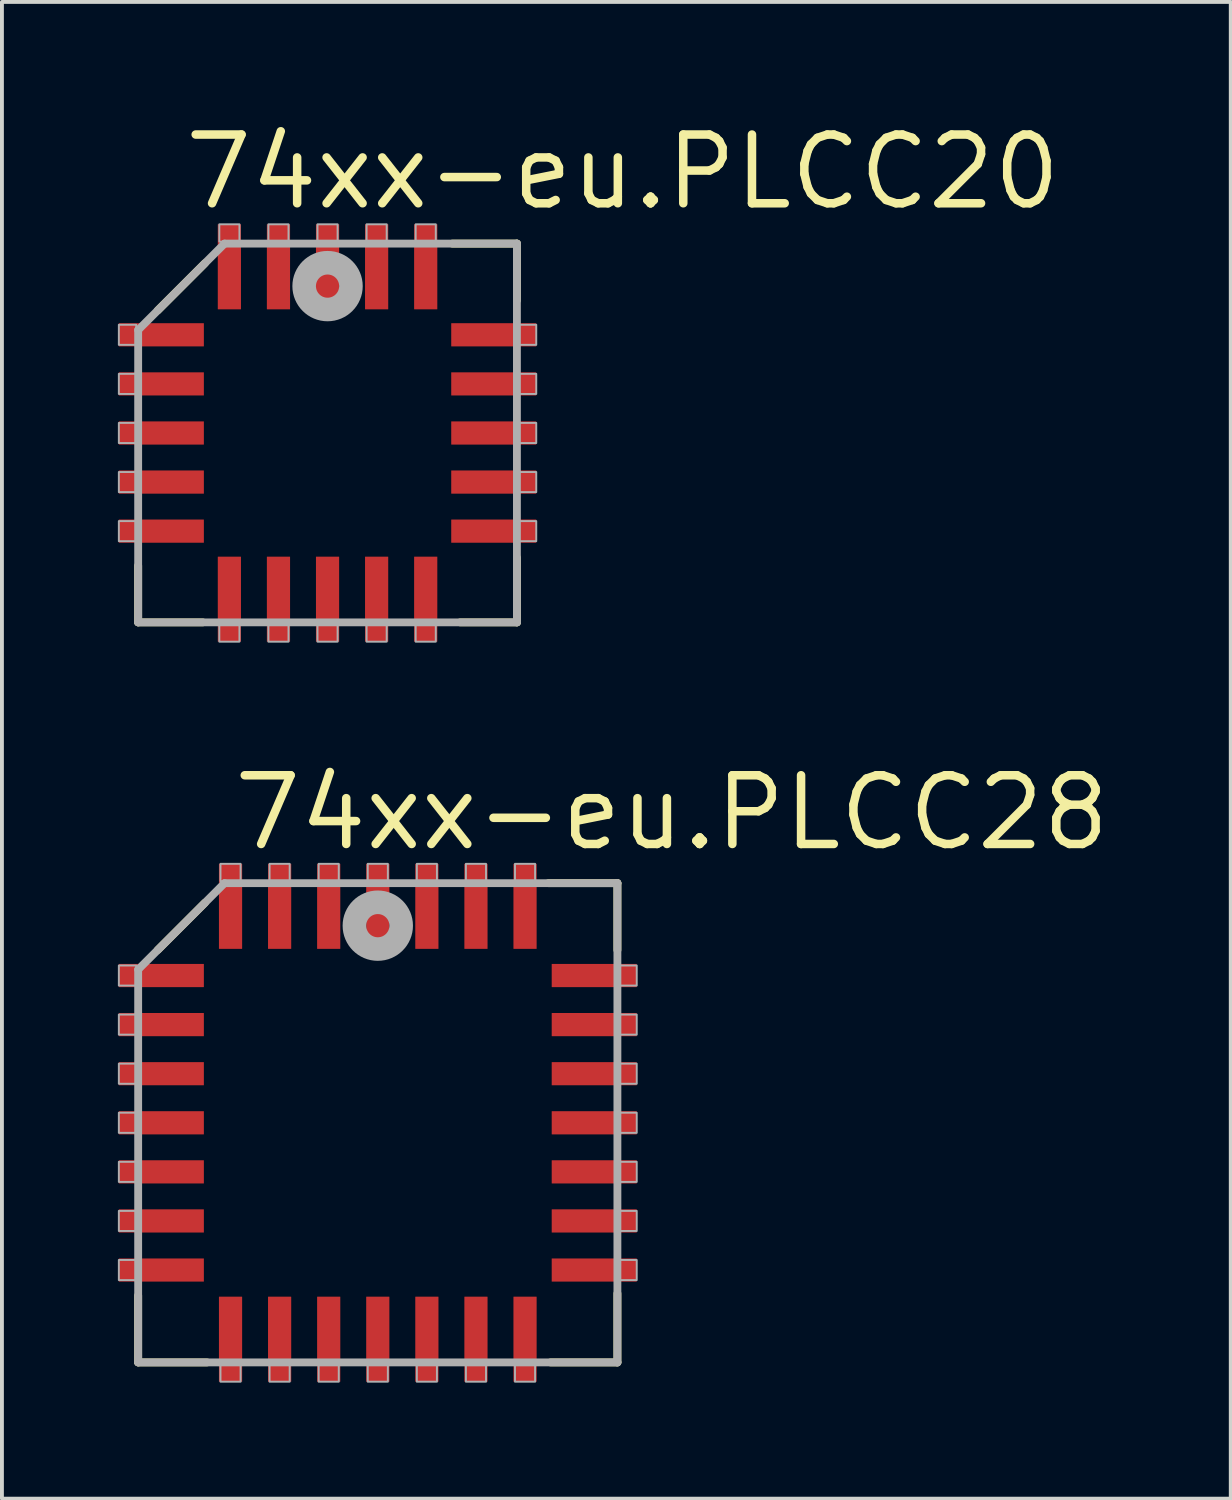
<source format=kicad_pcb>
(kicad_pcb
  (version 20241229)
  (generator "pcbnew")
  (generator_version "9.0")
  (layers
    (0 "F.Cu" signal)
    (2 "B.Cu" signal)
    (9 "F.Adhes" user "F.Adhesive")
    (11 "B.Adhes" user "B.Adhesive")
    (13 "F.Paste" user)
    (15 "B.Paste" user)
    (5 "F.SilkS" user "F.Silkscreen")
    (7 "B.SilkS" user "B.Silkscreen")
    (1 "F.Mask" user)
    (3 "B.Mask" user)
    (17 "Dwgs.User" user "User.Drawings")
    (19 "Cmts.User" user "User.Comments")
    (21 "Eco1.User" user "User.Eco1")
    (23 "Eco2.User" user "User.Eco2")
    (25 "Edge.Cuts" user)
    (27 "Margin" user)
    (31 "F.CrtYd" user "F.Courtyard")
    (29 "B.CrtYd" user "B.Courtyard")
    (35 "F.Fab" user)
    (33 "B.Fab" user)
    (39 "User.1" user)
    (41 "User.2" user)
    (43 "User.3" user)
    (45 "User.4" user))
  (footprint "74xx-eu.PLCC20"
    (layer "F.Cu")
    (at 5.425 8.153)
    (property "Reference" "74xx-eu.PLCC20" (at -3.81 -5.715 0) (layer "F.SilkS") (effects (font (size 1.778 1.778) (thickness 0.22)) (justify left bottom)))
    (attr smd)
    (fp_line (start -4.9 3.431) (end -4.9 4.9) (stroke (width 0.203) (type default)) (layer "F.SilkS"))
    (fp_line (start -4.9 4.9) (end -3.228 4.9) (stroke (width 0.203) (type default)) (layer "F.SilkS"))
    (fp_line (start -3.173 -4.392) (end -4.392 -3.173) (stroke (width 0.203) (type default)) (layer "F.SilkS"))
    (fp_line (start 3.431 4.9) (end 4.9 4.9) (stroke (width 0.203) (type default)) (layer "F.SilkS"))
    (fp_line (start 4.9 -4.9) (end 3.228 -4.9) (stroke (width 0.203) (type default)) (layer "F.SilkS"))
    (fp_line (start 4.9 -3.431) (end 4.9 -4.9) (stroke (width 0.203) (type default)) (layer "F.SilkS"))
    (fp_line (start 4.9 4.9) (end 4.9 3.228) (stroke (width 0.203) (type default)) (layer "F.SilkS"))
    (fp_line (start -4.9 -2.665) (end -4.9 4.9) (stroke (width 0.203) (type default)) (layer "F.Fab"))
    (fp_line (start -4.9 4.9) (end 4.9 4.9) (stroke (width 0.203) (type default)) (layer "F.Fab"))
    (fp_line (start -2.665 -4.9) (end -4.9 -2.665) (stroke (width 0.203) (type default)) (layer "F.Fab"))
    (fp_line (start 4.9 -4.9) (end -2.665 -4.9) (stroke (width 0.203) (type default)) (layer "F.Fab"))
    (fp_line (start 4.9 4.9) (end 4.9 -4.9) (stroke (width 0.203) (type default)) (layer "F.Fab"))
    (fp_rect (start -5.4 -2.28) (end -4.95 -2.8) (stroke (width 0.05) (type default)) (fill no) (layer "F.Fab"))
    (fp_rect (start -5.4 -1.01) (end -4.95 -1.53) (stroke (width 0.05) (type default)) (fill no) (layer "F.Fab"))
    (fp_rect (start -5.4 0.26) (end -4.95 -0.26) (stroke (width 0.05) (type default)) (fill no) (layer "F.Fab"))
    (fp_rect (start -5.4 1.53) (end -4.95 1.01) (stroke (width 0.05) (type default)) (fill no) (layer "F.Fab"))
    (fp_rect (start -5.4 2.8) (end -4.95 2.28) (stroke (width 0.05) (type default)) (fill no) (layer "F.Fab"))
    (fp_rect (start -2.8 -4.95) (end -2.28 -5.4) (stroke (width 0.05) (type default)) (fill no) (layer "F.Fab"))
    (fp_rect (start -2.8 5.4) (end -2.28 4.95) (stroke (width 0.05) (type default)) (fill no) (layer "F.Fab"))
    (fp_rect (start -1.53 -4.95) (end -1.01 -5.4) (stroke (width 0.05) (type default)) (fill no) (layer "F.Fab"))
    (fp_rect (start -1.53 5.4) (end -1.01 4.95) (stroke (width 0.05) (type default)) (fill no) (layer "F.Fab"))
    (fp_rect (start -0.26 -4.95) (end 0.26 -5.4) (stroke (width 0.05) (type default)) (fill no) (layer "F.Fab"))
    (fp_rect (start -0.26 5.4) (end 0.26 4.95) (stroke (width 0.05) (type default)) (fill no) (layer "F.Fab"))
    (fp_rect (start 1.01 -4.95) (end 1.53 -5.4) (stroke (width 0.05) (type default)) (fill no) (layer "F.Fab"))
    (fp_rect (start 1.01 5.4) (end 1.53 4.95) (stroke (width 0.05) (type default)) (fill no) (layer "F.Fab"))
    (fp_rect (start 2.28 -4.95) (end 2.8 -5.4) (stroke (width 0.05) (type default)) (fill no) (layer "F.Fab"))
    (fp_rect (start 2.28 5.4) (end 2.8 4.95) (stroke (width 0.05) (type default)) (fill no) (layer "F.Fab"))
    (fp_rect (start 4.95 -2.28) (end 5.4 -2.8) (stroke (width 0.05) (type default)) (fill no) (layer "F.Fab"))
    (fp_rect (start 4.95 -1.01) (end 5.4 -1.53) (stroke (width 0.05) (type default)) (fill no) (layer "F.Fab"))
    (fp_rect (start 4.95 0.26) (end 5.4 -0.26) (stroke (width 0.05) (type default)) (fill no) (layer "F.Fab"))
    (fp_rect (start 4.95 1.53) (end 5.4 1.01) (stroke (width 0.05) (type default)) (fill no) (layer "F.Fab"))
    (fp_rect (start 4.95 2.8) (end 5.4 2.28) (stroke (width 0.05) (type default)) (fill no) (layer "F.Fab"))
    (fp_circle (center 0 -3.8) (end 0.3 -3.8) (stroke (width 0.61) (type default)) (fill no) (layer "F.Fab"))
    (pad "1" smd roundrect (at 0 -4.3) (size 0.6 2.2) (layers "F.Cu" "F.Mask" "F.Paste") (roundrect_rratio 0.01))
    (pad "2" smd roundrect (at -1.27 -4.3) (size 0.6 2.2) (layers "F.Cu" "F.Mask" "F.Paste") (roundrect_rratio 0.01))
    (pad "3" smd roundrect (at -2.54 -4.3) (size 0.6 2.2) (layers "F.Cu" "F.Mask" "F.Paste") (roundrect_rratio 0.01))
    (pad "4" smd roundrect (at -4.3 -2.54) (size 2.2 0.6) (layers "F.Cu" "F.Mask" "F.Paste") (roundrect_rratio 0.01))
    (pad "5" smd roundrect (at -4.3 -1.27) (size 2.2 0.6) (layers "F.Cu" "F.Mask" "F.Paste") (roundrect_rratio 0.01))
    (pad "6" smd roundrect (at -4.3 0) (size 2.2 0.6) (layers "F.Cu" "F.Mask" "F.Paste") (roundrect_rratio 0.01))
    (pad "7" smd roundrect (at -4.3 1.27) (size 2.2 0.6) (layers "F.Cu" "F.Mask" "F.Paste") (roundrect_rratio 0.01))
    (pad "8" smd roundrect (at -4.3 2.54) (size 2.2 0.6) (layers "F.Cu" "F.Mask" "F.Paste") (roundrect_rratio 0.01))
    (pad "9" smd roundrect (at -2.54 4.3) (size 0.6 2.2) (layers "F.Cu" "F.Mask" "F.Paste") (roundrect_rratio 0.01))
    (pad "10" smd roundrect (at -1.27 4.3) (size 0.6 2.2) (layers "F.Cu" "F.Mask" "F.Paste") (roundrect_rratio 0.01))
    (pad "11" smd roundrect (at 0 4.3) (size 0.6 2.2) (layers "F.Cu" "F.Mask" "F.Paste") (roundrect_rratio 0.01))
    (pad "12" smd roundrect (at 1.27 4.3) (size 0.6 2.2) (layers "F.Cu" "F.Mask" "F.Paste") (roundrect_rratio 0.01))
    (pad "13" smd roundrect (at 2.54 4.3) (size 0.6 2.2) (layers "F.Cu" "F.Mask" "F.Paste") (roundrect_rratio 0.01))
    (pad "14" smd roundrect (at 4.3 2.54) (size 2.2 0.6) (layers "F.Cu" "F.Mask" "F.Paste") (roundrect_rratio 0.01))
    (pad "15" smd roundrect (at 4.3 1.27) (size 2.2 0.6) (layers "F.Cu" "F.Mask" "F.Paste") (roundrect_rratio 0.01))
    (pad "16" smd roundrect (at 4.3 0) (size 2.2 0.6) (layers "F.Cu" "F.Mask" "F.Paste") (roundrect_rratio 0.01))
    (pad "17" smd roundrect (at 4.3 -1.27) (size 2.2 0.6) (layers "F.Cu" "F.Mask" "F.Paste") (roundrect_rratio 0.01))
    (pad "18" smd roundrect (at 4.3 -2.54) (size 2.2 0.6) (layers "F.Cu" "F.Mask" "F.Paste") (roundrect_rratio 0.01))
    (pad "19" smd roundrect (at 2.54 -4.3) (size 0.6 2.2) (layers "F.Cu" "F.Mask" "F.Paste") (roundrect_rratio 0.01))
    (pad "20" smd roundrect (at 1.27 -4.3) (size 0.6 2.2) (layers "F.Cu" "F.Mask" "F.Paste") (roundrect_rratio 0.01)))
  (footprint "74xx-eu.PLCC28"
    (layer "F.Cu")
    (at 6.725 26.001)
    (property "Reference" "74xx-eu.PLCC28" (at -3.84 -6.985 0) (layer "F.SilkS") (effects (font (size 1.778 1.778) (thickness 0.22)) (justify left bottom)))
    (attr smd)
    (fp_line (start -6.2 4.468) (end -6.2 6.2) (stroke (width 0.203) (type default)) (layer "F.SilkS"))
    (fp_line (start -6.2 6.2) (end -4.417 6.2) (stroke (width 0.203) (type default)) (layer "F.SilkS"))
    (fp_line (start -4.473 -5.692) (end -5.692 -4.473) (stroke (width 0.203) (type default)) (layer "F.SilkS"))
    (fp_line (start 4.468 6.2) (end 6.2 6.2) (stroke (width 0.203) (type default)) (layer "F.SilkS"))
    (fp_line (start 6.2 -6.2) (end 4.417 -6.2) (stroke (width 0.203) (type default)) (layer "F.SilkS"))
    (fp_line (start 6.2 -4.468) (end 6.2 -6.2) (stroke (width 0.203) (type default)) (layer "F.SilkS"))
    (fp_line (start 6.2 6.2) (end 6.2 4.417) (stroke (width 0.203) (type default)) (layer "F.SilkS"))
    (fp_line (start -6.2 -3.965) (end -6.2 6.2) (stroke (width 0.203) (type default)) (layer "F.Fab"))
    (fp_line (start -6.2 6.2) (end 6.2 6.2) (stroke (width 0.203) (type default)) (layer "F.Fab"))
    (fp_line (start -3.965 -6.2) (end -6.2 -3.965) (stroke (width 0.203) (type default)) (layer "F.Fab"))
    (fp_line (start 6.2 -6.2) (end -3.965 -6.2) (stroke (width 0.203) (type default)) (layer "F.Fab"))
    (fp_line (start 6.2 6.2) (end 6.2 -6.2) (stroke (width 0.203) (type default)) (layer "F.Fab"))
    (fp_rect (start -6.7 -3.55) (end -6.25 -4.07) (stroke (width 0.05) (type default)) (fill no) (layer "F.Fab"))
    (fp_rect (start -6.7 -2.28) (end -6.25 -2.8) (stroke (width 0.05) (type default)) (fill no) (layer "F.Fab"))
    (fp_rect (start -6.7 -1.01) (end -6.25 -1.53) (stroke (width 0.05) (type default)) (fill no) (layer "F.Fab"))
    (fp_rect (start -6.7 0.26) (end -6.25 -0.26) (stroke (width 0.05) (type default)) (fill no) (layer "F.Fab"))
    (fp_rect (start -6.7 1.53) (end -6.25 1.01) (stroke (width 0.05) (type default)) (fill no) (layer "F.Fab"))
    (fp_rect (start -6.7 2.8) (end -6.25 2.28) (stroke (width 0.05) (type default)) (fill no) (layer "F.Fab"))
    (fp_rect (start -6.7 4.07) (end -6.25 3.55) (stroke (width 0.05) (type default)) (fill no) (layer "F.Fab"))
    (fp_rect (start -4.07 -6.25) (end -3.55 -6.7) (stroke (width 0.05) (type default)) (fill no) (layer "F.Fab"))
    (fp_rect (start -4.07 6.7) (end -3.55 6.25) (stroke (width 0.05) (type default)) (fill no) (layer "F.Fab"))
    (fp_rect (start -2.8 -6.25) (end -2.28 -6.7) (stroke (width 0.05) (type default)) (fill no) (layer "F.Fab"))
    (fp_rect (start -2.8 6.7) (end -2.28 6.25) (stroke (width 0.05) (type default)) (fill no) (layer "F.Fab"))
    (fp_rect (start -1.53 -6.25) (end -1.01 -6.7) (stroke (width 0.05) (type default)) (fill no) (layer "F.Fab"))
    (fp_rect (start -1.53 6.7) (end -1.01 6.25) (stroke (width 0.05) (type default)) (fill no) (layer "F.Fab"))
    (fp_rect (start -0.26 -6.25) (end 0.26 -6.7) (stroke (width 0.05) (type default)) (fill no) (layer "F.Fab"))
    (fp_rect (start -0.26 6.7) (end 0.26 6.25) (stroke (width 0.05) (type default)) (fill no) (layer "F.Fab"))
    (fp_rect (start 1.01 -6.25) (end 1.53 -6.7) (stroke (width 0.05) (type default)) (fill no) (layer "F.Fab"))
    (fp_rect (start 1.01 6.7) (end 1.53 6.25) (stroke (width 0.05) (type default)) (fill no) (layer "F.Fab"))
    (fp_rect (start 2.28 -6.25) (end 2.8 -6.7) (stroke (width 0.05) (type default)) (fill no) (layer "F.Fab"))
    (fp_rect (start 2.28 6.7) (end 2.8 6.25) (stroke (width 0.05) (type default)) (fill no) (layer "F.Fab"))
    (fp_rect (start 3.55 -6.25) (end 4.07 -6.7) (stroke (width 0.05) (type default)) (fill no) (layer "F.Fab"))
    (fp_rect (start 3.55 6.7) (end 4.07 6.25) (stroke (width 0.05) (type default)) (fill no) (layer "F.Fab"))
    (fp_rect (start 6.25 -3.55) (end 6.7 -4.07) (stroke (width 0.05) (type default)) (fill no) (layer "F.Fab"))
    (fp_rect (start 6.25 -2.28) (end 6.7 -2.8) (stroke (width 0.05) (type default)) (fill no) (layer "F.Fab"))
    (fp_rect (start 6.25 -1.01) (end 6.7 -1.53) (stroke (width 0.05) (type default)) (fill no) (layer "F.Fab"))
    (fp_rect (start 6.25 0.26) (end 6.7 -0.26) (stroke (width 0.05) (type default)) (fill no) (layer "F.Fab"))
    (fp_rect (start 6.25 1.53) (end 6.7 1.01) (stroke (width 0.05) (type default)) (fill no) (layer "F.Fab"))
    (fp_rect (start 6.25 2.8) (end 6.7 2.28) (stroke (width 0.05) (type default)) (fill no) (layer "F.Fab"))
    (fp_rect (start 6.25 4.07) (end 6.7 3.55) (stroke (width 0.05) (type default)) (fill no) (layer "F.Fab"))
    (fp_circle (center 0 -5.1) (end 0.3 -5.1) (stroke (width 0.61) (type default)) (fill no) (layer "F.Fab"))
    (pad "1" smd roundrect (at 0 -5.6) (size 0.6 2.2) (layers "F.Cu" "F.Mask" "F.Paste") (roundrect_rratio 0.01))
    (pad "2" smd roundrect (at -1.27 -5.6) (size 0.6 2.2) (layers "F.Cu" "F.Mask" "F.Paste") (roundrect_rratio 0.01))
    (pad "3" smd roundrect (at -2.54 -5.6) (size 0.6 2.2) (layers "F.Cu" "F.Mask" "F.Paste") (roundrect_rratio 0.01))
    (pad "4" smd roundrect (at -3.81 -5.6) (size 0.6 2.2) (layers "F.Cu" "F.Mask" "F.Paste") (roundrect_rratio 0.01))
    (pad "5" smd roundrect (at -5.6 -3.81) (size 2.2 0.6) (layers "F.Cu" "F.Mask" "F.Paste") (roundrect_rratio 0.01))
    (pad "6" smd roundrect (at -5.6 -2.54) (size 2.2 0.6) (layers "F.Cu" "F.Mask" "F.Paste") (roundrect_rratio 0.01))
    (pad "7" smd roundrect (at -5.6 -1.27) (size 2.2 0.6) (layers "F.Cu" "F.Mask" "F.Paste") (roundrect_rratio 0.01))
    (pad "8" smd roundrect (at -5.6 0) (size 2.2 0.6) (layers "F.Cu" "F.Mask" "F.Paste") (roundrect_rratio 0.01))
    (pad "9" smd roundrect (at -5.6 1.27) (size 2.2 0.6) (layers "F.Cu" "F.Mask" "F.Paste") (roundrect_rratio 0.01))
    (pad "10" smd roundrect (at -5.6 2.54) (size 2.2 0.6) (layers "F.Cu" "F.Mask" "F.Paste") (roundrect_rratio 0.01))
    (pad "11" smd roundrect (at -5.6 3.81) (size 2.2 0.6) (layers "F.Cu" "F.Mask" "F.Paste") (roundrect_rratio 0.01))
    (pad "12" smd roundrect (at -3.81 5.6) (size 0.6 2.2) (layers "F.Cu" "F.Mask" "F.Paste") (roundrect_rratio 0.01))
    (pad "13" smd roundrect (at -2.54 5.6) (size 0.6 2.2) (layers "F.Cu" "F.Mask" "F.Paste") (roundrect_rratio 0.01))
    (pad "14" smd roundrect (at -1.27 5.6) (size 0.6 2.2) (layers "F.Cu" "F.Mask" "F.Paste") (roundrect_rratio 0.01))
    (pad "15" smd roundrect (at 0 5.6) (size 0.6 2.2) (layers "F.Cu" "F.Mask" "F.Paste") (roundrect_rratio 0.01))
    (pad "16" smd roundrect (at 1.27 5.6) (size 0.6 2.2) (layers "F.Cu" "F.Mask" "F.Paste") (roundrect_rratio 0.01))
    (pad "17" smd roundrect (at 2.54 5.6) (size 0.6 2.2) (layers "F.Cu" "F.Mask" "F.Paste") (roundrect_rratio 0.01))
    (pad "18" smd roundrect (at 3.81 5.6) (size 0.6 2.2) (layers "F.Cu" "F.Mask" "F.Paste") (roundrect_rratio 0.01))
    (pad "19" smd roundrect (at 5.6 3.81) (size 2.2 0.6) (layers "F.Cu" "F.Mask" "F.Paste") (roundrect_rratio 0.01))
    (pad "20" smd roundrect (at 5.6 2.54) (size 2.2 0.6) (layers "F.Cu" "F.Mask" "F.Paste") (roundrect_rratio 0.01))
    (pad "21" smd roundrect (at 5.6 1.27) (size 2.2 0.6) (layers "F.Cu" "F.Mask" "F.Paste") (roundrect_rratio 0.01))
    (pad "22" smd roundrect (at 5.6 0) (size 2.2 0.6) (layers "F.Cu" "F.Mask" "F.Paste") (roundrect_rratio 0.01))
    (pad "23" smd roundrect (at 5.6 -1.27) (size 2.2 0.6) (layers "F.Cu" "F.Mask" "F.Paste") (roundrect_rratio 0.01))
    (pad "24" smd roundrect (at 5.6 -2.54) (size 2.2 0.6) (layers "F.Cu" "F.Mask" "F.Paste") (roundrect_rratio 0.01))
    (pad "25" smd roundrect (at 5.6 -3.81) (size 2.2 0.6) (layers "F.Cu" "F.Mask" "F.Paste") (roundrect_rratio 0.01))
    (pad "26" smd roundrect (at 3.81 -5.6) (size 0.6 2.2) (layers "F.Cu" "F.Mask" "F.Paste") (roundrect_rratio 0.01))
    (pad "27" smd roundrect (at 2.54 -5.6) (size 0.6 2.2) (layers "F.Cu" "F.Mask" "F.Paste") (roundrect_rratio 0.01))
    (pad "28" smd roundrect (at 1.27 -5.6) (size 0.6 2.2) (layers "F.Cu" "F.Mask" "F.Paste") (roundrect_rratio 0.01)))
  (gr_rect
    (start -3 -3)
    (end 28.795 35.726)
    (stroke (width 0.1) (type default))
    (fill no)
    (layer "Edge.Cuts")))
</source>
